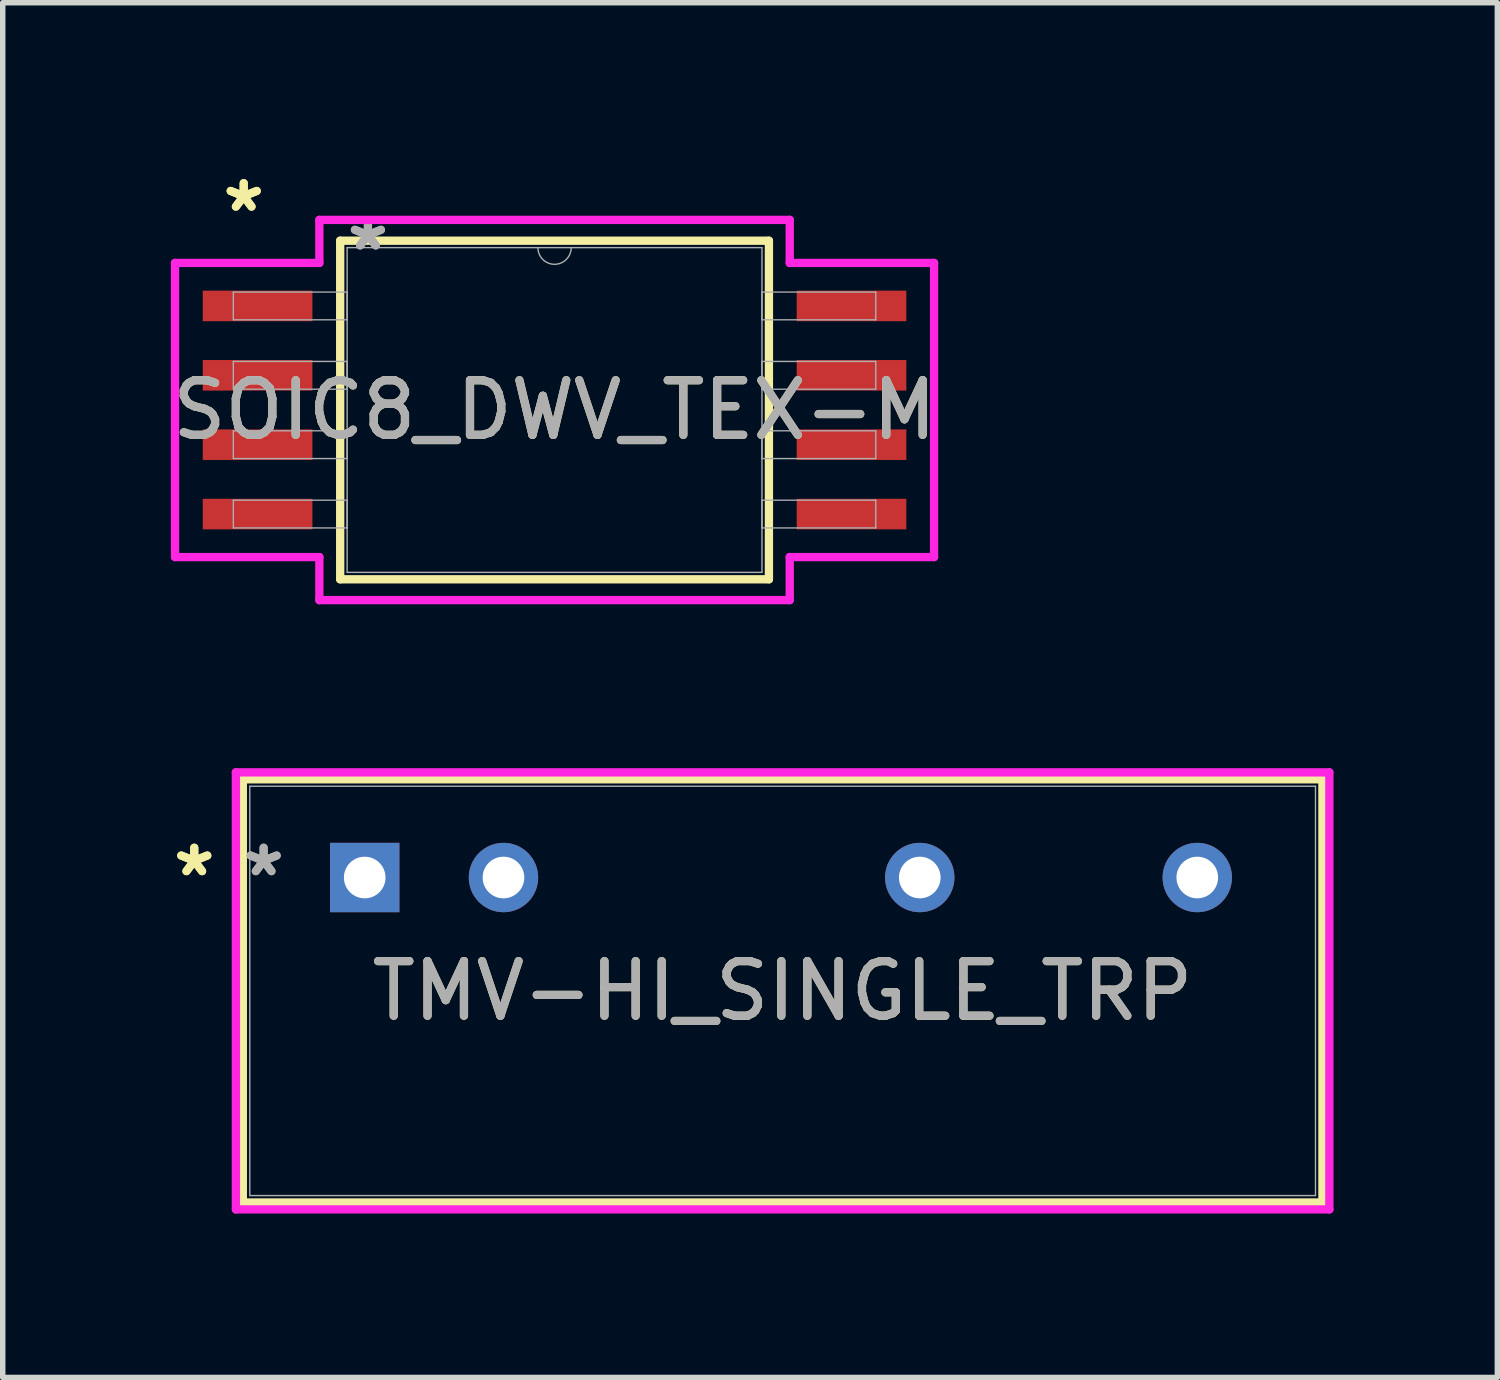
<source format=kicad_pcb>
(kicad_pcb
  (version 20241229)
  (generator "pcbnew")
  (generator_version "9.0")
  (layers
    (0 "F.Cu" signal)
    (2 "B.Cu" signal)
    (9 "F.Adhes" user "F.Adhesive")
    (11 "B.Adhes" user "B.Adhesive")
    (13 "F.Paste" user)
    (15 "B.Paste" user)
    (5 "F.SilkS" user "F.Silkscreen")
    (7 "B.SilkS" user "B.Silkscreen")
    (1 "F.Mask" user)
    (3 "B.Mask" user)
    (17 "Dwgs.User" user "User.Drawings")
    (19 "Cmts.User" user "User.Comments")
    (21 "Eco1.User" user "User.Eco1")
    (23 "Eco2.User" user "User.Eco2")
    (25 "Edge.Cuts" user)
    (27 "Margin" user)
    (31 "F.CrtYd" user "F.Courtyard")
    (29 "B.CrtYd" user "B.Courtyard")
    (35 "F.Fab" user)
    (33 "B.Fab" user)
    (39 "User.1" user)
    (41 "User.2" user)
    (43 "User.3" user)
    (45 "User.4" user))
  (footprint "TMV-HI_SINGLE_TRP"
    (layer "F.Cu")
    (at 3.626 13.013)
    (property "Reference" "TMV-HI_SINGLE_TRP" (at 7.65 2.075 0) (unlocked yes) (layer "F.SilkS") (effects (font (size 1 1) (thickness 0.15))))
    (attr through_hole)
    (fp_line (start -2.231 -1.798) (end -2.231 5.949) (stroke (width 0.152) (type solid)) (layer "F.SilkS"))
    (fp_line (start -2.231 5.949) (end 17.531 5.949) (stroke (width 0.152) (type solid)) (layer "F.SilkS"))
    (fp_line (start 17.531 -1.798) (end -2.231 -1.798) (stroke (width 0.152) (type solid)) (layer "F.SilkS"))
    (fp_line (start 17.531 5.949) (end 17.531 -1.798) (stroke (width 0.152) (type solid)) (layer "F.SilkS"))
    (fp_line (start -2.358 -1.925) (end 17.658 -1.925) (stroke (width 0.152) (type solid)) (layer "F.CrtYd"))
    (fp_line (start -2.358 6.075) (end -2.358 -1.925) (stroke (width 0.152) (type solid)) (layer "F.CrtYd"))
    (fp_line (start 17.658 -1.925) (end 17.658 6.075) (stroke (width 0.152) (type solid)) (layer "F.CrtYd"))
    (fp_line (start 17.658 6.075) (end -2.358 6.075) (stroke (width 0.152) (type solid)) (layer "F.CrtYd"))
    (fp_line (start -2.104 -1.671) (end -2.104 5.822) (stroke (width 0.025) (type solid)) (layer "F.Fab"))
    (fp_line (start -2.104 5.822) (end 17.404 5.822) (stroke (width 0.025) (type solid)) (layer "F.Fab"))
    (fp_line (start 17.404 -1.671) (end -2.104 -1.671) (stroke (width 0.025) (type solid)) (layer "F.Fab"))
    (fp_line (start 17.404 5.822) (end 17.404 -1.671) (stroke (width 0.025) (type solid)) (layer "F.Fab"))
    (fp_text user "*" (at -3.12 0 0) (unlocked yes) (layer "F.SilkS") (effects (font (size 1 1) (thickness 0.15))))
    (fp_text user "*" (at -3.12 0 0) (layer "F.SilkS") (effects (font (size 1 1) (thickness 0.15))))
    (fp_text user "*" (at -1.85 0 0) (unlocked yes) (layer "F.Fab") (effects (font (size 1 1) (thickness 0.15))))
    (fp_text user "*" (at -1.85 0 0) (layer "F.Fab") (effects (font (size 1 1) (thickness 0.15))))
    (fp_text user "${REFERENCE}" (at 7.65 2.075 0) (unlocked yes) (layer "F.Fab") (effects (font (size 1 1) (thickness 0.15))))
    (pad "1" thru_hole rect (at 0 0) (size 1.27 1.27) (drill 0.762) (layers "*.Cu" "*.Mask"))
    (pad "2" thru_hole circle (at 2.54 0) (size 1.27 1.27) (drill 0.762) (layers "*.Cu" "*.Mask"))
    (pad "5" thru_hole circle (at 10.16 0) (size 1.27 1.27) (drill 0.762) (layers "*.Cu" "*.Mask"))
    (pad "7" thru_hole circle (at 15.24 0) (size 1.27 1.27) (drill 0.762) (layers "*.Cu" "*.Mask")))
  (footprint "SOIC8_DWV_TEX-M"
    (layer "F.Cu")
    (at 7.101 4.455)
    (property "Reference" "SOIC8_DWV_TEX-M" (at 0 0 0) (unlocked yes) (layer "F.SilkS") (effects (font (size 1 1) (thickness 0.15))))
    (attr smd)
    (fp_line (start -3.924 -3.099) (end -3.924 3.099) (stroke (width 0.152) (type solid)) (layer "F.SilkS"))
    (fp_line (start -3.924 3.099) (end 3.924 3.099) (stroke (width 0.152) (type solid)) (layer "F.SilkS"))
    (fp_line (start 3.924 -3.099) (end -3.924 -3.099) (stroke (width 0.152) (type solid)) (layer "F.SilkS"))
    (fp_line (start 3.924 3.099) (end 3.924 -3.099) (stroke (width 0.152) (type solid)) (layer "F.SilkS"))
    (fp_line (start -6.947 -2.692) (end -4.305 -2.692) (stroke (width 0.152) (type solid)) (layer "F.CrtYd"))
    (fp_line (start -6.947 2.692) (end -6.947 -2.692) (stroke (width 0.152) (type solid)) (layer "F.CrtYd"))
    (fp_line (start -6.947 2.692) (end -4.305 2.692) (stroke (width 0.152) (type solid)) (layer "F.CrtYd"))
    (fp_line (start -4.305 -3.48) (end 4.305 -3.48) (stroke (width 0.152) (type solid)) (layer "F.CrtYd"))
    (fp_line (start -4.305 -2.692) (end -4.305 -3.48) (stroke (width 0.152) (type solid)) (layer "F.CrtYd"))
    (fp_line (start -4.305 3.48) (end -4.305 2.692) (stroke (width 0.152) (type solid)) (layer "F.CrtYd"))
    (fp_line (start 4.305 -3.48) (end 4.305 -2.692) (stroke (width 0.152) (type solid)) (layer "F.CrtYd"))
    (fp_line (start 4.305 2.692) (end 4.305 3.48) (stroke (width 0.152) (type solid)) (layer "F.CrtYd"))
    (fp_line (start 4.305 3.48) (end -4.305 3.48) (stroke (width 0.152) (type solid)) (layer "F.CrtYd"))
    (fp_line (start 6.947 -2.692) (end 4.305 -2.692) (stroke (width 0.152) (type solid)) (layer "F.CrtYd"))
    (fp_line (start 6.947 -2.692) (end 6.947 2.692) (stroke (width 0.152) (type solid)) (layer "F.CrtYd"))
    (fp_line (start 6.947 2.692) (end 4.305 2.692) (stroke (width 0.152) (type solid)) (layer "F.CrtYd"))
    (fp_line (start -5.88 -2.159) (end -5.88 -1.651) (stroke (width 0.025) (type solid)) (layer "F.Fab"))
    (fp_line (start -5.88 -1.651) (end -3.797 -1.651) (stroke (width 0.025) (type solid)) (layer "F.Fab"))
    (fp_line (start -5.88 -0.889) (end -5.88 -0.381) (stroke (width 0.025) (type solid)) (layer "F.Fab"))
    (fp_line (start -5.88 -0.381) (end -3.797 -0.381) (stroke (width 0.025) (type solid)) (layer "F.Fab"))
    (fp_line (start -5.88 0.381) (end -5.88 0.889) (stroke (width 0.025) (type solid)) (layer "F.Fab"))
    (fp_line (start -5.88 0.889) (end -3.797 0.889) (stroke (width 0.025) (type solid)) (layer "F.Fab"))
    (fp_line (start -5.88 1.651) (end -5.88 2.159) (stroke (width 0.025) (type solid)) (layer "F.Fab"))
    (fp_line (start -5.88 2.159) (end -3.797 2.159) (stroke (width 0.025) (type solid)) (layer "F.Fab"))
    (fp_line (start -3.797 -2.972) (end -3.797 2.972) (stroke (width 0.025) (type solid)) (layer "F.Fab"))
    (fp_line (start -3.797 -2.159) (end -5.88 -2.159) (stroke (width 0.025) (type solid)) (layer "F.Fab"))
    (fp_line (start -3.797 -1.651) (end -3.797 -2.159) (stroke (width 0.025) (type solid)) (layer "F.Fab"))
    (fp_line (start -3.797 -0.889) (end -5.88 -0.889) (stroke (width 0.025) (type solid)) (layer "F.Fab"))
    (fp_line (start -3.797 -0.381) (end -3.797 -0.889) (stroke (width 0.025) (type solid)) (layer "F.Fab"))
    (fp_line (start -3.797 0.381) (end -5.88 0.381) (stroke (width 0.025) (type solid)) (layer "F.Fab"))
    (fp_line (start -3.797 0.889) (end -3.797 0.381) (stroke (width 0.025) (type solid)) (layer "F.Fab"))
    (fp_line (start -3.797 1.651) (end -5.88 1.651) (stroke (width 0.025) (type solid)) (layer "F.Fab"))
    (fp_line (start -3.797 2.159) (end -3.797 1.651) (stroke (width 0.025) (type solid)) (layer "F.Fab"))
    (fp_line (start -3.797 2.972) (end 3.797 2.972) (stroke (width 0.025) (type solid)) (layer "F.Fab"))
    (fp_line (start 3.797 -2.972) (end -3.797 -2.972) (stroke (width 0.025) (type solid)) (layer "F.Fab"))
    (fp_line (start 3.797 -2.159) (end 3.797 -1.651) (stroke (width 0.025) (type solid)) (layer "F.Fab"))
    (fp_line (start 3.797 -1.651) (end 5.88 -1.651) (stroke (width 0.025) (type solid)) (layer "F.Fab"))
    (fp_line (start 3.797 -0.889) (end 3.797 -0.381) (stroke (width 0.025) (type solid)) (layer "F.Fab"))
    (fp_line (start 3.797 -0.381) (end 5.88 -0.381) (stroke (width 0.025) (type solid)) (layer "F.Fab"))
    (fp_line (start 3.797 0.381) (end 3.797 0.889) (stroke (width 0.025) (type solid)) (layer "F.Fab"))
    (fp_line (start 3.797 0.889) (end 5.88 0.889) (stroke (width 0.025) (type solid)) (layer "F.Fab"))
    (fp_line (start 3.797 1.651) (end 3.797 2.159) (stroke (width 0.025) (type solid)) (layer "F.Fab"))
    (fp_line (start 3.797 2.159) (end 5.88 2.159) (stroke (width 0.025) (type solid)) (layer "F.Fab"))
    (fp_line (start 3.797 2.972) (end 3.797 -2.972) (stroke (width 0.025) (type solid)) (layer "F.Fab"))
    (fp_line (start 5.88 -2.159) (end 3.797 -2.159) (stroke (width 0.025) (type solid)) (layer "F.Fab"))
    (fp_line (start 5.88 -1.651) (end 5.88 -2.159) (stroke (width 0.025) (type solid)) (layer "F.Fab"))
    (fp_line (start 5.88 -0.889) (end 3.797 -0.889) (stroke (width 0.025) (type solid)) (layer "F.Fab"))
    (fp_line (start 5.88 -0.381) (end 5.88 -0.889) (stroke (width 0.025) (type solid)) (layer "F.Fab"))
    (fp_line (start 5.88 0.381) (end 3.797 0.381) (stroke (width 0.025) (type solid)) (layer "F.Fab"))
    (fp_line (start 5.88 0.889) (end 5.88 0.381) (stroke (width 0.025) (type solid)) (layer "F.Fab"))
    (fp_line (start 5.88 1.651) (end 3.797 1.651) (stroke (width 0.025) (type solid)) (layer "F.Fab"))
    (fp_line (start 5.88 2.159) (end 5.88 1.651) (stroke (width 0.025) (type solid)) (layer "F.Fab"))
    (fp_arc (start 0.3048 -2.9718) (mid 0 -2.667) (end -0.3048 -2.9718) (stroke (width 0.0254) (type solid)) (layer "F.Fab"))
    (fp_text user "*" (at -5.69 -3.607 0) (unlocked yes) (layer "F.SilkS") (effects (font (size 1 1) (thickness 0.15))))
    (fp_text user "*" (at -5.69 -3.607 0) (layer "F.SilkS") (effects (font (size 1 1) (thickness 0.15))))
    (fp_text user "*" (at -3.416 -2.896 0) (layer "F.Fab") (effects (font (size 1 1) (thickness 0.15))))
    (fp_text user "*" (at -3.416 -2.896 0) (unlocked yes) (layer "F.Fab") (effects (font (size 1 1) (thickness 0.15))))
    (fp_text user "${REFERENCE}" (at 0 0 0) (unlocked yes) (layer "F.Fab") (effects (font (size 1 1) (thickness 0.15))))
    (pad "1" smd rect (at -5.436 -1.905) (size 2.007 0.559) (layers "F.Cu" "F.Mask" "F.Paste"))
    (pad "2" smd rect (at -5.436 -0.635) (size 2.007 0.559) (layers "F.Cu" "F.Mask" "F.Paste"))
    (pad "3" smd rect (at -5.436 0.635) (size 2.007 0.559) (layers "F.Cu" "F.Mask" "F.Paste"))
    (pad "4" smd rect (at -5.436 1.905) (size 2.007 0.559) (layers "F.Cu" "F.Mask" "F.Paste"))
    (pad "5" smd rect (at 5.436 1.905) (size 2.007 0.559) (layers "F.Cu" "F.Mask" "F.Paste"))
    (pad "6" smd rect (at 5.436 0.635) (size 2.007 0.559) (layers "F.Cu" "F.Mask" "F.Paste"))
    (pad "7" smd rect (at 5.436 -0.635) (size 2.007 0.559) (layers "F.Cu" "F.Mask" "F.Paste"))
    (pad "8" smd rect (at 5.436 -1.905) (size 2.007 0.559) (layers "F.Cu" "F.Mask" "F.Paste")))
  (gr_rect
    (start -3 -3)
    (end 24.359 22.164)
    (stroke (width 0.1) (type default))
    (fill no)
    (layer "Edge.Cuts")))
</source>
